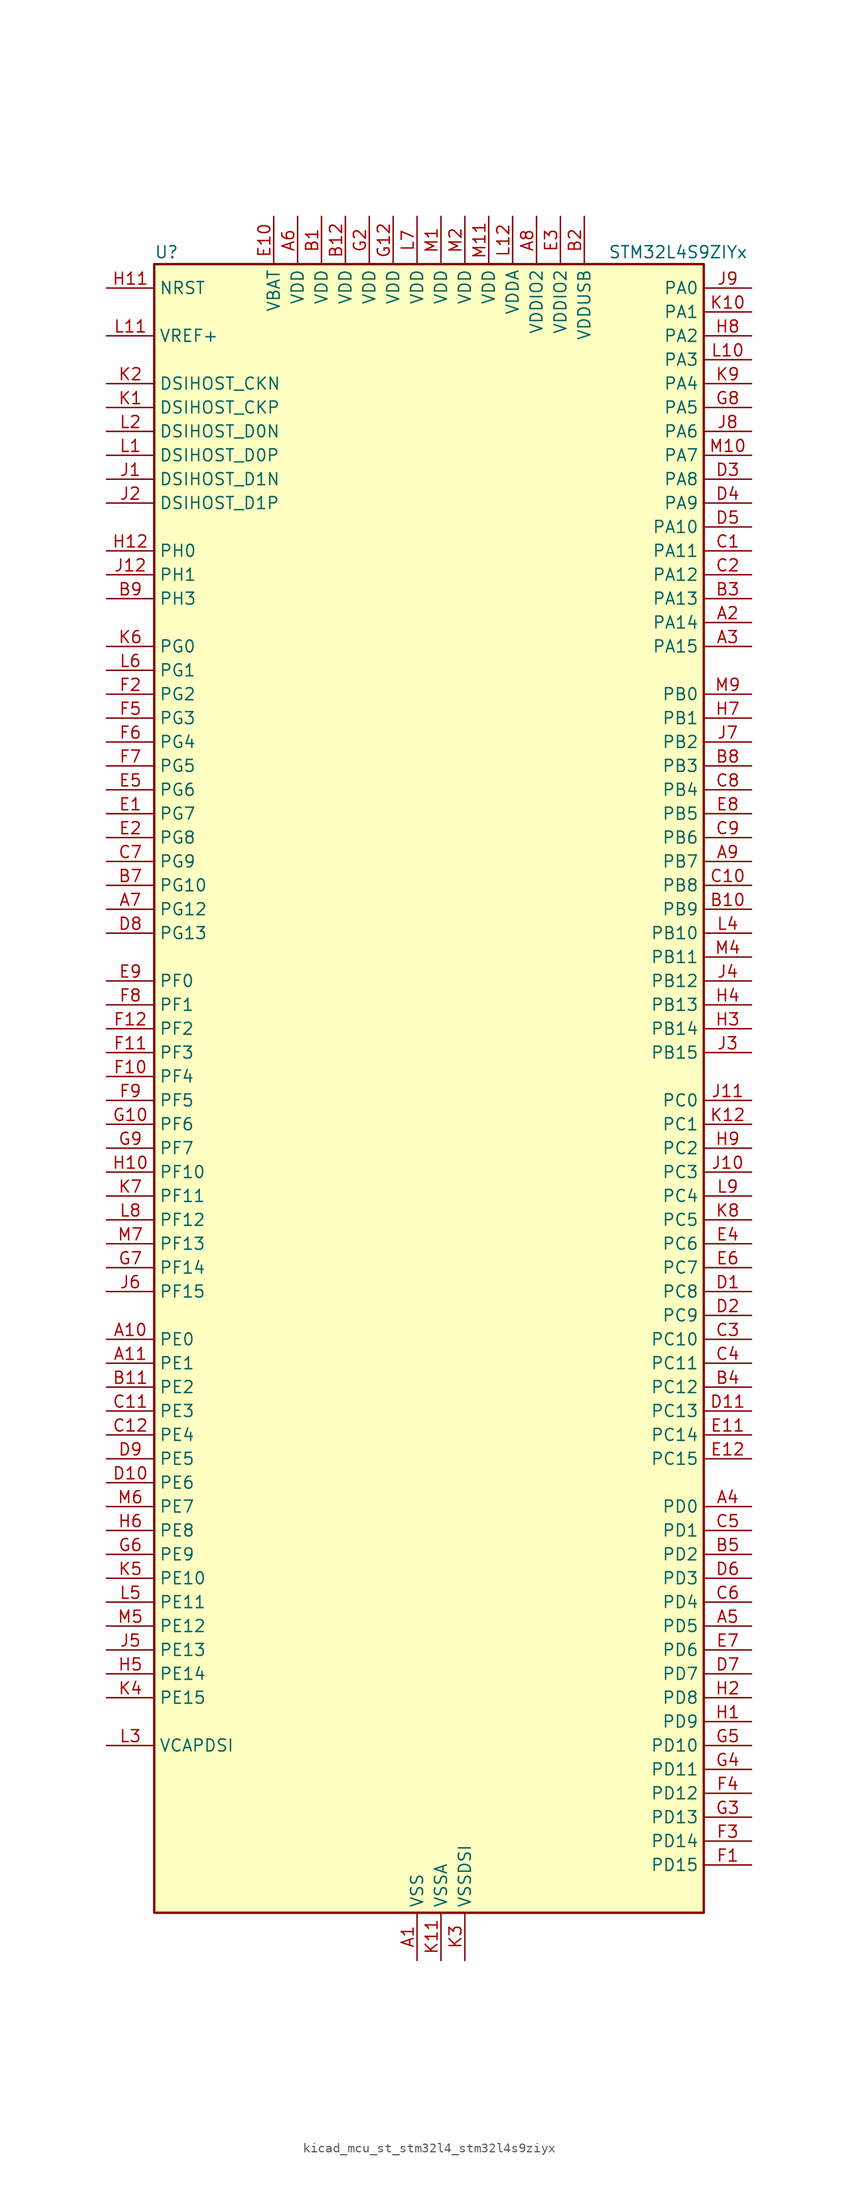
<source format=kicad_sym>
(kicad_symbol_lib
  (version 20220914)
  (generator kicad_symbol_editor)
  (symbol "kicad_mcu_st_stm32l4_stm32l4s9ziyx"
    (property "Reference" "U"
      (at -27.94 90.17 0)
      (effects (font (size 1.27 1.27)) (justify left)))
    (property "Value" "STM32L4S9ZIYx"
      (at 20.32 90.17 0)
      (effects (font (size 1.27 1.27)) (justify left)))
    (property "ki_locked" ""
      (at 0 0 0)
      (effects (font (size 1.27 1.27))))
    (symbol "kicad_mcu_st_stm32l4_stm32l4s9ziyx_0_1"
      (rectangle (start -27.94 -86.36) (end 30.48 88.9) (stroke (width 0.254) (type default)) (fill (type background))))
    (symbol "kicad_mcu_st_stm32l4_stm32l4s9ziyx_1_1"
      (pin power_in line (at 0 -91.44 90) (length 5.08) (name "VSS" (effects (font (size 1.27 1.27)))) (number "A1" (effects (font (size 1.27 1.27)))))
      (pin bidirectional line (at -33.02 -25.4 0) (length 5.08) (name "PE0" (effects (font (size 1.27 1.27)))) (number "A10" (effects (font (size 1.27 1.27)))) (alternate "DCMI_D2" bidirectional line) (alternate "FMC_NBL0" bidirectional line) (alternate "LTDC_HSYNC" bidirectional line) (alternate "TIM16_CH1" bidirectional line) (alternate "TIM4_ETR" bidirectional line))
      (pin bidirectional line (at -33.02 -27.94 0) (length 5.08) (name "PE1" (effects (font (size 1.27 1.27)))) (number "A11" (effects (font (size 1.27 1.27)))) (alternate "DCMI_D3" bidirectional line) (alternate "FMC_NBL1" bidirectional line) (alternate "LTDC_VSYNC" bidirectional line) (alternate "TIM17_CH1" bidirectional line))
      (pin passive line (at 0 -91.44 90) (length 5.08) hide (name "VSS" (effects (font (size 1.27 1.27)))) (number "A12" (effects (font (size 1.27 1.27)))))
      (pin bidirectional line (at 35.56 50.8 180) (length 5.08) (name "PA14" (effects (font (size 1.27 1.27)))) (number "A2" (effects (font (size 1.27 1.27)))) (alternate "I2C1_SMBA" bidirectional line) (alternate "I2C4_SMBA" bidirectional line) (alternate "LPTIM1_OUT" bidirectional line) (alternate "SAI1_FS_B" bidirectional line) (alternate "SYS_JTCK-SWCLK" bidirectional line) (alternate "USB_OTG_FS_SOF" bidirectional line))
      (pin bidirectional line (at 35.56 48.26 180) (length 5.08) (name "PA15" (effects (font (size 1.27 1.27)))) (number "A3" (effects (font (size 1.27 1.27)))) (alternate "ADC1_EXTI15" bidirectional line) (alternate "SAI2_FS_B" bidirectional line) (alternate "SPI1_NSS" bidirectional line) (alternate "SPI3_NSS" bidirectional line) (alternate "SYS_JTDI" bidirectional line) (alternate "TIM2_CH1" bidirectional line) (alternate "TIM2_ETR" bidirectional line) (alternate "TSC_G3_IO1" bidirectional line) (alternate "UART4_DE" bidirectional line) (alternate "UART4_RTS" bidirectional line) (alternate "USART2_RX" bidirectional line) (alternate "USART3_DE" bidirectional line) (alternate "USART3_RTS" bidirectional line))
      (pin bidirectional line (at 35.56 -43.18 180) (length 5.08) (name "PD0" (effects (font (size 1.27 1.27)))) (number "A4" (effects (font (size 1.27 1.27)))) (alternate "CAN1_RX" bidirectional line) (alternate "DFSDM1_DATIN7" bidirectional line) (alternate "FMC_D2" bidirectional line) (alternate "FMC_DA2" bidirectional line) (alternate "LTDC_B4" bidirectional line) (alternate "SPI2_NSS" bidirectional line))
      (pin bidirectional line (at 35.56 -55.88 180) (length 5.08) (name "PD5" (effects (font (size 1.27 1.27)))) (number "A5" (effects (font (size 1.27 1.27)))) (alternate "FMC_NWE" bidirectional line) (alternate "OCTOSPIM_P1_IO5" bidirectional line) (alternate "USART2_TX" bidirectional line))
      (pin power_in line (at -12.7 93.98 270) (length 5.08) (name "VDD" (effects (font (size 1.27 1.27)))) (number "A6" (effects (font (size 1.27 1.27)))))
      (pin bidirectional line (at -33.02 20.32 0) (length 5.08) (name "PG12" (effects (font (size 1.27 1.27)))) (number "A7" (effects (font (size 1.27 1.27)))) (alternate "FMC_NE4" bidirectional line) (alternate "LPTIM1_ETR" bidirectional line) (alternate "OCTOSPIM_P2_NCS" bidirectional line) (alternate "SAI2_SD_A" bidirectional line) (alternate "SPI3_NSS" bidirectional line) (alternate "USART1_DE" bidirectional line) (alternate "USART1_RTS" bidirectional line))
      (pin power_in line (at 12.7 93.98 270) (length 5.08) (name "VDDIO2" (effects (font (size 1.27 1.27)))) (number "A8" (effects (font (size 1.27 1.27)))))
      (pin bidirectional line (at 35.56 25.4 180) (length 5.08) (name "PB7" (effects (font (size 1.27 1.27)))) (number "A9" (effects (font (size 1.27 1.27)))) (alternate "COMP2_INM" bidirectional line) (alternate "DCMI_VSYNC" bidirectional line) (alternate "DFSDM1_CKIN5" bidirectional line) (alternate "DSIHOST_TE" bidirectional line) (alternate "FMC_NL" bidirectional line) (alternate "I2C1_SDA" bidirectional line) (alternate "I2C4_SDA" bidirectional line) (alternate "LPTIM1_IN2" bidirectional line) (alternate "SYS_PVD_IN" bidirectional line) (alternate "TIM17_CH1N" bidirectional line) (alternate "TIM4_CH2" bidirectional line) (alternate "TIM8_BKIN" bidirectional line) (alternate "TSC_G2_IO4" bidirectional line) (alternate "UART4_CTS" bidirectional line) (alternate "USART1_RX" bidirectional line))
      (pin power_in line (at -10.16 93.98 270) (length 5.08) (name "VDD" (effects (font (size 1.27 1.27)))) (number "B1" (effects (font (size 1.27 1.27)))))
      (pin bidirectional line (at 35.56 20.32 180) (length 5.08) (name "PB9" (effects (font (size 1.27 1.27)))) (number "B10" (effects (font (size 1.27 1.27)))) (alternate "CAN1_TX" bidirectional line) (alternate "DAC1_EXTI9" bidirectional line) (alternate "DCMI_D7" bidirectional line) (alternate "DFSDM1_CKIN6" bidirectional line) (alternate "I2C1_SDA" bidirectional line) (alternate "IR_OUT" bidirectional line) (alternate "SAI1_D2" bidirectional line) (alternate "SAI1_FS_A" bidirectional line) (alternate "SDMMC1_CDIR" bidirectional line) (alternate "SDMMC1_D5" bidirectional line) (alternate "SPI2_NSS" bidirectional line) (alternate "TIM17_CH1" bidirectional line) (alternate "TIM4_CH4" bidirectional line))
      (pin bidirectional line (at -33.02 -30.48 0) (length 5.08) (name "PE2" (effects (font (size 1.27 1.27)))) (number "B11" (effects (font (size 1.27 1.27)))) (alternate "FMC_A23" bidirectional line) (alternate "LTDC_R0" bidirectional line) (alternate "SAI1_CK1" bidirectional line) (alternate "SAI1_MCLK_A" bidirectional line) (alternate "SYS_TRACECLK" bidirectional line) (alternate "TIM3_ETR" bidirectional line) (alternate "TSC_G7_IO1" bidirectional line))
      (pin power_in line (at -7.62 93.98 270) (length 5.08) (name "VDD" (effects (font (size 1.27 1.27)))) (number "B12" (effects (font (size 1.27 1.27)))))
      (pin power_in line (at 17.78 93.98 270) (length 5.08) (name "VDDUSB" (effects (font (size 1.27 1.27)))) (number "B2" (effects (font (size 1.27 1.27)))))
      (pin bidirectional line (at 35.56 53.34 180) (length 5.08) (name "PA13" (effects (font (size 1.27 1.27)))) (number "B3" (effects (font (size 1.27 1.27)))) (alternate "IR_OUT" bidirectional line) (alternate "SAI1_SD_B" bidirectional line) (alternate "SYS_JTMS-SWDIO" bidirectional line) (alternate "USB_OTG_FS_NOE" bidirectional line))
      (pin bidirectional line (at 35.56 -30.48 180) (length 5.08) (name "PC12" (effects (font (size 1.27 1.27)))) (number "B4" (effects (font (size 1.27 1.27)))) (alternate "DCMI_D9" bidirectional line) (alternate "SAI2_SD_B" bidirectional line) (alternate "SDMMC1_CK" bidirectional line) (alternate "SPI3_MOSI" bidirectional line) (alternate "SYS_TRACED3" bidirectional line) (alternate "TSC_G3_IO4" bidirectional line) (alternate "UART5_TX" bidirectional line) (alternate "USART3_CK" bidirectional line))
      (pin bidirectional line (at 35.56 -48.26 180) (length 5.08) (name "PD2" (effects (font (size 1.27 1.27)))) (number "B5" (effects (font (size 1.27 1.27)))) (alternate "DCMI_D11" bidirectional line) (alternate "SDMMC1_CMD" bidirectional line) (alternate "SYS_TRACED2" bidirectional line) (alternate "TIM3_ETR" bidirectional line) (alternate "TSC_SYNC" bidirectional line) (alternate "UART5_RX" bidirectional line) (alternate "USART3_DE" bidirectional line) (alternate "USART3_RTS" bidirectional line))
      (pin passive line (at 0 -91.44 90) (length 5.08) hide (name "VSS" (effects (font (size 1.27 1.27)))) (number "B6" (effects (font (size 1.27 1.27)))))
      (pin bidirectional line (at -33.02 22.86 0) (length 5.08) (name "PG10" (effects (font (size 1.27 1.27)))) (number "B7" (effects (font (size 1.27 1.27)))) (alternate "FMC_NE3" bidirectional line) (alternate "LPTIM1_IN1" bidirectional line) (alternate "OCTOSPIM_P2_IO7" bidirectional line) (alternate "SAI2_FS_A" bidirectional line) (alternate "SPI3_MISO" bidirectional line) (alternate "TIM15_CH1" bidirectional line) (alternate "USART1_RX" bidirectional line))
      (pin bidirectional line (at 35.56 35.56 180) (length 5.08) (name "PB3" (effects (font (size 1.27 1.27)))) (number "B8" (effects (font (size 1.27 1.27)))) (alternate "COMP2_INM" bidirectional line) (alternate "CRS_SYNC" bidirectional line) (alternate "SAI1_SCK_B" bidirectional line) (alternate "SPI1_SCK" bidirectional line) (alternate "SPI3_SCK" bidirectional line) (alternate "SYS_JTDO-SWO" bidirectional line) (alternate "TIM2_CH2" bidirectional line) (alternate "USART1_DE" bidirectional line) (alternate "USART1_RTS" bidirectional line))
      (pin bidirectional line (at -33.02 53.34 0) (length 5.08) (name "PH3" (effects (font (size 1.27 1.27)))) (number "B9" (effects (font (size 1.27 1.27)))))
      (pin bidirectional line (at 35.56 58.42 180) (length 5.08) (name "PA11" (effects (font (size 1.27 1.27)))) (number "C1" (effects (font (size 1.27 1.27)))) (alternate "ADC1_EXTI11" bidirectional line) (alternate "CAN1_RX" bidirectional line) (alternate "SPI1_MISO" bidirectional line) (alternate "TIM1_BKIN2" bidirectional line) (alternate "TIM1_CH4" bidirectional line) (alternate "USART1_CTS" bidirectional line) (alternate "USART1_NSS" bidirectional line) (alternate "USB_OTG_FS_DM" bidirectional line))
      (pin bidirectional line (at 35.56 22.86 180) (length 5.08) (name "PB8" (effects (font (size 1.27 1.27)))) (number "C10" (effects (font (size 1.27 1.27)))) (alternate "CAN1_RX" bidirectional line) (alternate "DCMI_D6" bidirectional line) (alternate "DFSDM1_CKOUT" bidirectional line) (alternate "DFSDM1_DATIN6" bidirectional line) (alternate "I2C1_SCL" bidirectional line) (alternate "LTDC_B1" bidirectional line) (alternate "SAI1_CK1" bidirectional line) (alternate "SAI1_MCLK_A" bidirectional line) (alternate "SDMMC1_CKIN" bidirectional line) (alternate "SDMMC1_D4" bidirectional line) (alternate "TIM16_CH1" bidirectional line) (alternate "TIM4_CH3" bidirectional line))
      (pin bidirectional line (at -33.02 -33.02 0) (length 5.08) (name "PE3" (effects (font (size 1.27 1.27)))) (number "C11" (effects (font (size 1.27 1.27)))) (alternate "FMC_A19" bidirectional line) (alternate "LTDC_R1" bidirectional line) (alternate "OCTOSPIM_P1_DQS" bidirectional line) (alternate "SAI1_SD_B" bidirectional line) (alternate "SYS_TRACED0" bidirectional line) (alternate "TIM3_CH1" bidirectional line) (alternate "TSC_G7_IO2" bidirectional line))
      (pin bidirectional line (at -33.02 -35.56 0) (length 5.08) (name "PE4" (effects (font (size 1.27 1.27)))) (number "C12" (effects (font (size 1.27 1.27)))) (alternate "DCMI_D4" bidirectional line) (alternate "DFSDM1_DATIN3" bidirectional line) (alternate "FMC_A20" bidirectional line) (alternate "LTDC_B0" bidirectional line) (alternate "SAI1_D2" bidirectional line) (alternate "SAI1_FS_A" bidirectional line) (alternate "SYS_TRACED1" bidirectional line) (alternate "TIM3_CH2" bidirectional line) (alternate "TSC_G7_IO3" bidirectional line))
      (pin bidirectional line (at 35.56 55.88 180) (length 5.08) (name "PA12" (effects (font (size 1.27 1.27)))) (number "C2" (effects (font (size 1.27 1.27)))) (alternate "CAN1_TX" bidirectional line) (alternate "SPI1_MOSI" bidirectional line) (alternate "TIM1_ETR" bidirectional line) (alternate "USART1_DE" bidirectional line) (alternate "USART1_RTS" bidirectional line) (alternate "USB_OTG_FS_DP" bidirectional line))
      (pin bidirectional line (at 35.56 -25.4 180) (length 5.08) (name "PC10" (effects (font (size 1.27 1.27)))) (number "C3" (effects (font (size 1.27 1.27)))) (alternate "DCMI_D8" bidirectional line) (alternate "SAI2_SCK_B" bidirectional line) (alternate "SDMMC1_D2" bidirectional line) (alternate "SPI3_SCK" bidirectional line) (alternate "SYS_TRACED1" bidirectional line) (alternate "TSC_G3_IO2" bidirectional line) (alternate "UART4_TX" bidirectional line) (alternate "USART3_TX" bidirectional line))
      (pin bidirectional line (at 35.56 -27.94 180) (length 5.08) (name "PC11" (effects (font (size 1.27 1.27)))) (number "C4" (effects (font (size 1.27 1.27)))) (alternate "ADC1_EXTI11" bidirectional line) (alternate "DCMI_D2" bidirectional line) (alternate "DCMI_D4" bidirectional line) (alternate "OCTOSPIM_P1_NCS" bidirectional line) (alternate "SAI2_MCLK_B" bidirectional line) (alternate "SDMMC1_D3" bidirectional line) (alternate "SPI3_MISO" bidirectional line) (alternate "TSC_G3_IO3" bidirectional line) (alternate "UART4_RX" bidirectional line) (alternate "USART3_RX" bidirectional line))
      (pin bidirectional line (at 35.56 -45.72 180) (length 5.08) (name "PD1" (effects (font (size 1.27 1.27)))) (number "C5" (effects (font (size 1.27 1.27)))) (alternate "CAN1_TX" bidirectional line) (alternate "DFSDM1_CKIN7" bidirectional line) (alternate "FMC_D3" bidirectional line) (alternate "FMC_DA3" bidirectional line) (alternate "LTDC_B5" bidirectional line) (alternate "SPI2_SCK" bidirectional line))
      (pin bidirectional line (at 35.56 -53.34 180) (length 5.08) (name "PD4" (effects (font (size 1.27 1.27)))) (number "C6" (effects (font (size 1.27 1.27)))) (alternate "DFSDM1_CKIN0" bidirectional line) (alternate "FMC_NOE" bidirectional line) (alternate "OCTOSPIM_P1_IO4" bidirectional line) (alternate "SPI2_MOSI" bidirectional line) (alternate "USART2_DE" bidirectional line) (alternate "USART2_RTS" bidirectional line))
      (pin bidirectional line (at -33.02 25.4 0) (length 5.08) (name "PG9" (effects (font (size 1.27 1.27)))) (number "C7" (effects (font (size 1.27 1.27)))) (alternate "DAC1_EXTI9" bidirectional line) (alternate "FMC_NCE" bidirectional line) (alternate "FMC_NE2" bidirectional line) (alternate "OCTOSPIM_P2_IO6" bidirectional line) (alternate "SAI2_SCK_A" bidirectional line) (alternate "SPI3_SCK" bidirectional line) (alternate "TIM15_CH1N" bidirectional line) (alternate "USART1_TX" bidirectional line))
      (pin bidirectional line (at 35.56 33.02 180) (length 5.08) (name "PB4" (effects (font (size 1.27 1.27)))) (number "C8" (effects (font (size 1.27 1.27)))) (alternate "COMP2_INP" bidirectional line) (alternate "DCMI_D12" bidirectional line) (alternate "I2C3_SDA" bidirectional line) (alternate "SAI1_MCLK_B" bidirectional line) (alternate "SPI1_MISO" bidirectional line) (alternate "SPI3_MISO" bidirectional line) (alternate "SYS_JTRST" bidirectional line) (alternate "TIM17_BKIN" bidirectional line) (alternate "TIM3_CH1" bidirectional line) (alternate "TSC_G2_IO1" bidirectional line) (alternate "UART5_DE" bidirectional line) (alternate "UART5_RTS" bidirectional line) (alternate "USART1_CTS" bidirectional line) (alternate "USART1_NSS" bidirectional line))
      (pin bidirectional line (at 35.56 27.94 180) (length 5.08) (name "PB6" (effects (font (size 1.27 1.27)))) (number "C9" (effects (font (size 1.27 1.27)))) (alternate "COMP2_INP" bidirectional line) (alternate "DCMI_D5" bidirectional line) (alternate "DFSDM1_DATIN5" bidirectional line) (alternate "I2C1_SCL" bidirectional line) (alternate "I2C4_SCL" bidirectional line) (alternate "LPTIM1_ETR" bidirectional line) (alternate "SAI1_FS_B" bidirectional line) (alternate "TIM16_CH1N" bidirectional line) (alternate "TIM4_CH1" bidirectional line) (alternate "TIM8_BKIN2" bidirectional line) (alternate "TSC_G2_IO3" bidirectional line) (alternate "USART1_TX" bidirectional line))
      (pin bidirectional line (at 35.56 -20.32 180) (length 5.08) (name "PC8" (effects (font (size 1.27 1.27)))) (number "D1" (effects (font (size 1.27 1.27)))) (alternate "DCMI_D2" bidirectional line) (alternate "SDMMC1_D0" bidirectional line) (alternate "TIM3_CH3" bidirectional line) (alternate "TIM8_CH3" bidirectional line) (alternate "TSC_G4_IO3" bidirectional line))
      (pin bidirectional line (at -33.02 -40.64 0) (length 5.08) (name "PE6" (effects (font (size 1.27 1.27)))) (number "D10" (effects (font (size 1.27 1.27)))) (alternate "DCMI_D7" bidirectional line) (alternate "FMC_A22" bidirectional line) (alternate "LTDC_G1" bidirectional line) (alternate "RTC_TAMP3" bidirectional line) (alternate "SAI1_D1" bidirectional line) (alternate "SAI1_SD_A" bidirectional line) (alternate "SYS_TRACED3" bidirectional line) (alternate "SYS_WKUP3" bidirectional line) (alternate "TIM3_CH4" bidirectional line))
      (pin bidirectional line (at 35.56 -33.02 180) (length 5.08) (name "PC13" (effects (font (size 1.27 1.27)))) (number "D11" (effects (font (size 1.27 1.27)))) (alternate "RTC_OUT_ALARM" bidirectional line) (alternate "RTC_OUT_CALIB" bidirectional line) (alternate "RTC_TAMP1" bidirectional line) (alternate "RTC_TS" bidirectional line) (alternate "SYS_WKUP2" bidirectional line))
      (pin passive line (at 0 -91.44 90) (length 5.08) hide (name "VSS" (effects (font (size 1.27 1.27)))) (number "D12" (effects (font (size 1.27 1.27)))))
      (pin bidirectional line (at 35.56 -22.86 180) (length 5.08) (name "PC9" (effects (font (size 1.27 1.27)))) (number "D2" (effects (font (size 1.27 1.27)))) (alternate "DAC1_EXTI9" bidirectional line) (alternate "DCMI_D3" bidirectional line) (alternate "I2C3_SDA" bidirectional line) (alternate "SAI2_EXTCLK" bidirectional line) (alternate "SDMMC1_D1" bidirectional line) (alternate "SYS_TRACED0" bidirectional line) (alternate "TIM3_CH4" bidirectional line) (alternate "TIM8_BKIN2" bidirectional line) (alternate "TIM8_CH4" bidirectional line) (alternate "TSC_G4_IO4" bidirectional line) (alternate "USB_OTG_FS_NOE" bidirectional line))
      (pin bidirectional line (at 35.56 66.04 180) (length 5.08) (name "PA8" (effects (font (size 1.27 1.27)))) (number "D3" (effects (font (size 1.27 1.27)))) (alternate "LPTIM2_OUT" bidirectional line) (alternate "RCC_MCO" bidirectional line) (alternate "SAI1_CK2" bidirectional line) (alternate "SAI1_SCK_A" bidirectional line) (alternate "TIM1_CH1" bidirectional line) (alternate "USART1_CK" bidirectional line) (alternate "USB_OTG_FS_SOF" bidirectional line))
      (pin bidirectional line (at 35.56 63.5 180) (length 5.08) (name "PA9" (effects (font (size 1.27 1.27)))) (number "D4" (effects (font (size 1.27 1.27)))) (alternate "DAC1_EXTI9" bidirectional line) (alternate "DCMI_D0" bidirectional line) (alternate "SAI1_FS_A" bidirectional line) (alternate "SPI2_SCK" bidirectional line) (alternate "TIM15_BKIN" bidirectional line) (alternate "TIM1_CH2" bidirectional line) (alternate "USART1_TX" bidirectional line) (alternate "USB_OTG_FS_VBUS" bidirectional line))
      (pin bidirectional line (at 35.56 60.96 180) (length 5.08) (name "PA10" (effects (font (size 1.27 1.27)))) (number "D5" (effects (font (size 1.27 1.27)))) (alternate "DCMI_D1" bidirectional line) (alternate "SAI1_D1" bidirectional line) (alternate "SAI1_SD_A" bidirectional line) (alternate "TIM17_BKIN" bidirectional line) (alternate "TIM1_CH3" bidirectional line) (alternate "USART1_RX" bidirectional line) (alternate "USB_OTG_FS_ID" bidirectional line))
      (pin bidirectional line (at 35.56 -50.8 180) (length 5.08) (name "PD3" (effects (font (size 1.27 1.27)))) (number "D6" (effects (font (size 1.27 1.27)))) (alternate "DCMI_D5" bidirectional line) (alternate "DFSDM1_DATIN0" bidirectional line) (alternate "FMC_CLK" bidirectional line) (alternate "LTDC_CLK" bidirectional line) (alternate "OCTOSPIM_P2_NCS" bidirectional line) (alternate "SPI2_MISO" bidirectional line) (alternate "SPI2_SCK" bidirectional line) (alternate "USART2_CTS" bidirectional line) (alternate "USART2_NSS" bidirectional line))
      (pin bidirectional line (at 35.56 -60.96 180) (length 5.08) (name "PD7" (effects (font (size 1.27 1.27)))) (number "D7" (effects (font (size 1.27 1.27)))) (alternate "DFSDM1_CKIN1" bidirectional line) (alternate "FMC_NCE" bidirectional line) (alternate "FMC_NE1" bidirectional line) (alternate "OCTOSPIM_P1_IO7" bidirectional line) (alternate "USART2_CK" bidirectional line))
      (pin bidirectional line (at -33.02 17.78 0) (length 5.08) (name "PG13" (effects (font (size 1.27 1.27)))) (number "D8" (effects (font (size 1.27 1.27)))) (alternate "FMC_A24" bidirectional line) (alternate "I2C1_SDA" bidirectional line) (alternate "LTDC_R0" bidirectional line) (alternate "USART1_CK" bidirectional line))
      (pin bidirectional line (at -33.02 -38.1 0) (length 5.08) (name "PE5" (effects (font (size 1.27 1.27)))) (number "D9" (effects (font (size 1.27 1.27)))) (alternate "DCMI_D6" bidirectional line) (alternate "DFSDM1_CKIN3" bidirectional line) (alternate "FMC_A21" bidirectional line) (alternate "LTDC_G0" bidirectional line) (alternate "SAI1_CK2" bidirectional line) (alternate "SAI1_SCK_A" bidirectional line) (alternate "SYS_TRACED2" bidirectional line) (alternate "TIM3_CH3" bidirectional line) (alternate "TSC_G7_IO4" bidirectional line))
      (pin bidirectional line (at -33.02 30.48 0) (length 5.08) (name "PG7" (effects (font (size 1.27 1.27)))) (number "E1" (effects (font (size 1.27 1.27)))) (alternate "DFSDM1_CKOUT" bidirectional line) (alternate "FMC_INT" bidirectional line) (alternate "I2C3_SCL" bidirectional line) (alternate "LPUART1_TX" bidirectional line) (alternate "OCTOSPIM_P2_DQS" bidirectional line) (alternate "SAI1_CK1" bidirectional line) (alternate "SAI1_MCLK_A" bidirectional line))
      (pin power_in line (at -15.24 93.98 270) (length 5.08) (name "VBAT" (effects (font (size 1.27 1.27)))) (number "E10" (effects (font (size 1.27 1.27)))))
      (pin bidirectional line (at 35.56 -35.56 180) (length 5.08) (name "PC14" (effects (font (size 1.27 1.27)))) (number "E11" (effects (font (size 1.27 1.27)))) (alternate "RCC_OSC32_IN" bidirectional line))
      (pin bidirectional line (at 35.56 -38.1 180) (length 5.08) (name "PC15" (effects (font (size 1.27 1.27)))) (number "E12" (effects (font (size 1.27 1.27)))) (alternate "ADC1_EXTI15" bidirectional line) (alternate "RCC_OSC32_OUT" bidirectional line))
      (pin bidirectional line (at -33.02 27.94 0) (length 5.08) (name "PG8" (effects (font (size 1.27 1.27)))) (number "E2" (effects (font (size 1.27 1.27)))) (alternate "I2C3_SDA" bidirectional line) (alternate "LPUART1_RX" bidirectional line))
      (pin power_in line (at 15.24 93.98 270) (length 5.08) (name "VDDIO2" (effects (font (size 1.27 1.27)))) (number "E3" (effects (font (size 1.27 1.27)))))
      (pin bidirectional line (at 35.56 -15.24 180) (length 5.08) (name "PC6" (effects (font (size 1.27 1.27)))) (number "E4" (effects (font (size 1.27 1.27)))) (alternate "DCMI_D0" bidirectional line) (alternate "DFSDM1_CKIN3" bidirectional line) (alternate "LTDC_R0" bidirectional line) (alternate "SAI2_MCLK_A" bidirectional line) (alternate "SDMMC1_D0DIR" bidirectional line) (alternate "SDMMC1_D6" bidirectional line) (alternate "TIM3_CH1" bidirectional line) (alternate "TIM8_CH1" bidirectional line) (alternate "TSC_G4_IO1" bidirectional line))
      (pin bidirectional line (at -33.02 33.02 0) (length 5.08) (name "PG6" (effects (font (size 1.27 1.27)))) (number "E5" (effects (font (size 1.27 1.27)))) (alternate "DSIHOST_TE" bidirectional line) (alternate "I2C3_SMBA" bidirectional line) (alternate "LPUART1_DE" bidirectional line) (alternate "LPUART1_RTS" bidirectional line) (alternate "LTDC_R1" bidirectional line) (alternate "OCTOSPIM_P1_DQS" bidirectional line))
      (pin bidirectional line (at 35.56 -17.78 180) (length 5.08) (name "PC7" (effects (font (size 1.27 1.27)))) (number "E6" (effects (font (size 1.27 1.27)))) (alternate "DCMI_D1" bidirectional line) (alternate "DFSDM1_DATIN3" bidirectional line) (alternate "LTDC_R1" bidirectional line) (alternate "SAI2_MCLK_B" bidirectional line) (alternate "SDMMC1_D123DIR" bidirectional line) (alternate "SDMMC1_D7" bidirectional line) (alternate "TIM3_CH2" bidirectional line) (alternate "TIM8_CH2" bidirectional line) (alternate "TSC_G4_IO2" bidirectional line))
      (pin bidirectional line (at 35.56 -58.42 180) (length 5.08) (name "PD6" (effects (font (size 1.27 1.27)))) (number "E7" (effects (font (size 1.27 1.27)))) (alternate "DCMI_D10" bidirectional line) (alternate "DFSDM1_DATIN1" bidirectional line) (alternate "FMC_NWAIT" bidirectional line) (alternate "LTDC_DE" bidirectional line) (alternate "OCTOSPIM_P1_IO6" bidirectional line) (alternate "SAI1_D1" bidirectional line) (alternate "SAI1_SD_A" bidirectional line) (alternate "SPI3_MOSI" bidirectional line) (alternate "USART2_RX" bidirectional line))
      (pin bidirectional line (at 35.56 30.48 180) (length 5.08) (name "PB5" (effects (font (size 1.27 1.27)))) (number "E8" (effects (font (size 1.27 1.27)))) (alternate "COMP2_OUT" bidirectional line) (alternate "DCMI_D10" bidirectional line) (alternate "I2C1_SMBA" bidirectional line) (alternate "LPTIM1_IN1" bidirectional line) (alternate "SAI1_SD_B" bidirectional line) (alternate "SPI1_MOSI" bidirectional line) (alternate "SPI3_MOSI" bidirectional line) (alternate "TIM16_BKIN" bidirectional line) (alternate "TIM3_CH2" bidirectional line) (alternate "TSC_G2_IO2" bidirectional line) (alternate "UART5_CTS" bidirectional line) (alternate "USART1_CK" bidirectional line))
      (pin bidirectional line (at -33.02 12.7 0) (length 5.08) (name "PF0" (effects (font (size 1.27 1.27)))) (number "E9" (effects (font (size 1.27 1.27)))) (alternate "FMC_A0" bidirectional line) (alternate "I2C2_SDA" bidirectional line) (alternate "OCTOSPIM_P2_IO0" bidirectional line))
      (pin bidirectional line (at 35.56 -81.28 180) (length 5.08) (name "PD15" (effects (font (size 1.27 1.27)))) (number "F1" (effects (font (size 1.27 1.27)))) (alternate "ADC1_EXTI15" bidirectional line) (alternate "FMC_D1" bidirectional line) (alternate "FMC_DA1" bidirectional line) (alternate "LTDC_B3" bidirectional line) (alternate "TIM4_CH4" bidirectional line))
      (pin bidirectional line (at -33.02 2.54 0) (length 5.08) (name "PF4" (effects (font (size 1.27 1.27)))) (number "F10" (effects (font (size 1.27 1.27)))) (alternate "FMC_A4" bidirectional line) (alternate "OCTOSPIM_P2_CLK" bidirectional line))
      (pin bidirectional line (at -33.02 5.08 0) (length 5.08) (name "PF3" (effects (font (size 1.27 1.27)))) (number "F11" (effects (font (size 1.27 1.27)))) (alternate "FMC_A3" bidirectional line) (alternate "OCTOSPIM_P2_IO3" bidirectional line))
      (pin bidirectional line (at -33.02 7.62 0) (length 5.08) (name "PF2" (effects (font (size 1.27 1.27)))) (number "F12" (effects (font (size 1.27 1.27)))) (alternate "FMC_A2" bidirectional line) (alternate "I2C2_SMBA" bidirectional line) (alternate "OCTOSPIM_P2_IO2" bidirectional line))
      (pin bidirectional line (at -33.02 43.18 0) (length 5.08) (name "PG2" (effects (font (size 1.27 1.27)))) (number "F2" (effects (font (size 1.27 1.27)))) (alternate "FMC_A12" bidirectional line) (alternate "SAI2_SCK_B" bidirectional line) (alternate "SPI1_SCK" bidirectional line))
      (pin bidirectional line (at 35.56 -78.74 180) (length 5.08) (name "PD14" (effects (font (size 1.27 1.27)))) (number "F3" (effects (font (size 1.27 1.27)))) (alternate "FMC_D0" bidirectional line) (alternate "FMC_DA0" bidirectional line) (alternate "LTDC_B2" bidirectional line) (alternate "TIM4_CH3" bidirectional line))
      (pin bidirectional line (at 35.56 -73.66 180) (length 5.08) (name "PD12" (effects (font (size 1.27 1.27)))) (number "F4" (effects (font (size 1.27 1.27)))) (alternate "FMC_A17" bidirectional line) (alternate "FMC_ALE" bidirectional line) (alternate "I2C4_SCL" bidirectional line) (alternate "LPTIM2_IN1" bidirectional line) (alternate "LTDC_R7" bidirectional line) (alternate "SAI2_FS_A" bidirectional line) (alternate "TIM4_CH1" bidirectional line) (alternate "TSC_G6_IO3" bidirectional line) (alternate "USART3_DE" bidirectional line) (alternate "USART3_RTS" bidirectional line))
      (pin bidirectional line (at -33.02 40.64 0) (length 5.08) (name "PG3" (effects (font (size 1.27 1.27)))) (number "F5" (effects (font (size 1.27 1.27)))) (alternate "FMC_A13" bidirectional line) (alternate "SAI2_FS_B" bidirectional line) (alternate "SPI1_MISO" bidirectional line))
      (pin bidirectional line (at -33.02 38.1 0) (length 5.08) (name "PG4" (effects (font (size 1.27 1.27)))) (number "F6" (effects (font (size 1.27 1.27)))) (alternate "FMC_A14" bidirectional line) (alternate "SAI2_MCLK_B" bidirectional line) (alternate "SPI1_MOSI" bidirectional line))
      (pin bidirectional line (at -33.02 35.56 0) (length 5.08) (name "PG5" (effects (font (size 1.27 1.27)))) (number "F7" (effects (font (size 1.27 1.27)))) (alternate "FMC_A15" bidirectional line) (alternate "LPUART1_CTS" bidirectional line) (alternate "SAI2_SD_B" bidirectional line) (alternate "SPI1_NSS" bidirectional line))
      (pin bidirectional line (at -33.02 10.16 0) (length 5.08) (name "PF1" (effects (font (size 1.27 1.27)))) (number "F8" (effects (font (size 1.27 1.27)))) (alternate "FMC_A1" bidirectional line) (alternate "I2C2_SCL" bidirectional line) (alternate "OCTOSPIM_P2_IO1" bidirectional line))
      (pin bidirectional line (at -33.02 0 0) (length 5.08) (name "PF5" (effects (font (size 1.27 1.27)))) (number "F9" (effects (font (size 1.27 1.27)))) (alternate "FMC_A5" bidirectional line))
      (pin passive line (at 0 -91.44 90) (length 5.08) hide (name "VSS" (effects (font (size 1.27 1.27)))) (number "G1" (effects (font (size 1.27 1.27)))))
      (pin bidirectional line (at -33.02 -2.54 0) (length 5.08) (name "PF6" (effects (font (size 1.27 1.27)))) (number "G10" (effects (font (size 1.27 1.27)))) (alternate "OCTOSPIM_P1_IO3" bidirectional line) (alternate "SAI1_SD_B" bidirectional line) (alternate "TIM5_CH1" bidirectional line) (alternate "TIM5_ETR" bidirectional line))
      (pin passive line (at 0 -91.44 90) (length 5.08) hide (name "VSS" (effects (font (size 1.27 1.27)))) (number "G11" (effects (font (size 1.27 1.27)))))
      (pin power_in line (at -2.54 93.98 270) (length 5.08) (name "VDD" (effects (font (size 1.27 1.27)))) (number "G12" (effects (font (size 1.27 1.27)))))
      (pin power_in line (at -5.08 93.98 270) (length 5.08) (name "VDD" (effects (font (size 1.27 1.27)))) (number "G2" (effects (font (size 1.27 1.27)))))
      (pin bidirectional line (at 35.56 -76.2 180) (length 5.08) (name "PD13" (effects (font (size 1.27 1.27)))) (number "G3" (effects (font (size 1.27 1.27)))) (alternate "FMC_A18" bidirectional line) (alternate "I2C4_SDA" bidirectional line) (alternate "LPTIM2_OUT" bidirectional line) (alternate "TIM4_CH2" bidirectional line) (alternate "TSC_G6_IO4" bidirectional line))
      (pin bidirectional line (at 35.56 -71.12 180) (length 5.08) (name "PD11" (effects (font (size 1.27 1.27)))) (number "G4" (effects (font (size 1.27 1.27)))) (alternate "ADC1_EXTI11" bidirectional line) (alternate "FMC_A16" bidirectional line) (alternate "FMC_CLE" bidirectional line) (alternate "I2C4_SMBA" bidirectional line) (alternate "LPTIM2_ETR" bidirectional line) (alternate "LTDC_R6" bidirectional line) (alternate "SAI2_SD_A" bidirectional line) (alternate "TSC_G6_IO2" bidirectional line) (alternate "USART3_CTS" bidirectional line) (alternate "USART3_NSS" bidirectional line))
      (pin bidirectional line (at 35.56 -68.58 180) (length 5.08) (name "PD10" (effects (font (size 1.27 1.27)))) (number "G5" (effects (font (size 1.27 1.27)))) (alternate "FMC_D15" bidirectional line) (alternate "FMC_DA15" bidirectional line) (alternate "LTDC_R5" bidirectional line) (alternate "SAI2_SCK_A" bidirectional line) (alternate "TSC_G6_IO1" bidirectional line) (alternate "USART3_CK" bidirectional line))
      (pin bidirectional line (at -33.02 -48.26 0) (length 5.08) (name "PE9" (effects (font (size 1.27 1.27)))) (number "G6" (effects (font (size 1.27 1.27)))) (alternate "DAC1_EXTI9" bidirectional line) (alternate "DFSDM1_CKOUT" bidirectional line) (alternate "FMC_D6" bidirectional line) (alternate "FMC_DA6" bidirectional line) (alternate "LTDC_G2" bidirectional line) (alternate "SAI1_FS_B" bidirectional line) (alternate "TIM1_CH1" bidirectional line))
      (pin bidirectional line (at -33.02 -17.78 0) (length 5.08) (name "PF14" (effects (font (size 1.27 1.27)))) (number "G7" (effects (font (size 1.27 1.27)))) (alternate "DFSDM1_CKIN6" bidirectional line) (alternate "FMC_A8" bidirectional line) (alternate "I2C4_SCL" bidirectional line) (alternate "LTDC_G0" bidirectional line) (alternate "TSC_G8_IO1" bidirectional line))
      (pin bidirectional line (at 35.56 73.66 180) (length 5.08) (name "PA5" (effects (font (size 1.27 1.27)))) (number "G8" (effects (font (size 1.27 1.27)))) (alternate "ADC1_IN10" bidirectional line) (alternate "DAC1_OUT2" bidirectional line) (alternate "LPTIM2_ETR" bidirectional line) (alternate "SPI1_SCK" bidirectional line) (alternate "TIM2_CH1" bidirectional line) (alternate "TIM2_ETR" bidirectional line) (alternate "TIM8_CH1N" bidirectional line))
      (pin bidirectional line (at -33.02 -5.08 0) (length 5.08) (name "PF7" (effects (font (size 1.27 1.27)))) (number "G9" (effects (font (size 1.27 1.27)))) (alternate "OCTOSPIM_P1_IO2" bidirectional line) (alternate "SAI1_MCLK_B" bidirectional line) (alternate "TIM5_CH2" bidirectional line))
      (pin bidirectional line (at 35.56 -66.04 180) (length 5.08) (name "PD9" (effects (font (size 1.27 1.27)))) (number "H1" (effects (font (size 1.27 1.27)))) (alternate "DAC1_EXTI9" bidirectional line) (alternate "DCMI_PIXCLK" bidirectional line) (alternate "FMC_D14" bidirectional line) (alternate "FMC_DA14" bidirectional line) (alternate "LTDC_R4" bidirectional line) (alternate "SAI2_MCLK_A" bidirectional line) (alternate "USART3_RX" bidirectional line))
      (pin bidirectional line (at -33.02 -7.62 0) (length 5.08) (name "PF10" (effects (font (size 1.27 1.27)))) (number "H10" (effects (font (size 1.27 1.27)))) (alternate "DCMI_D11" bidirectional line) (alternate "DFSDM1_CKOUT" bidirectional line) (alternate "OCTOSPIM_P1_CLK" bidirectional line) (alternate "SAI1_D3" bidirectional line) (alternate "TIM15_CH2" bidirectional line))
      (pin input line (at -33.02 86.36 0) (length 5.08) (name "NRST" (effects (font (size 1.27 1.27)))) (number "H11" (effects (font (size 1.27 1.27)))))
      (pin bidirectional line (at -33.02 58.42 0) (length 5.08) (name "PH0" (effects (font (size 1.27 1.27)))) (number "H12" (effects (font (size 1.27 1.27)))) (alternate "RCC_OSC_IN" bidirectional line))
      (pin bidirectional line (at 35.56 -63.5 180) (length 5.08) (name "PD8" (effects (font (size 1.27 1.27)))) (number "H2" (effects (font (size 1.27 1.27)))) (alternate "DCMI_HSYNC" bidirectional line) (alternate "FMC_D13" bidirectional line) (alternate "FMC_DA13" bidirectional line) (alternate "LTDC_R3" bidirectional line) (alternate "USART3_TX" bidirectional line))
      (pin bidirectional line (at 35.56 7.62 180) (length 5.08) (name "PB14" (effects (font (size 1.27 1.27)))) (number "H3" (effects (font (size 1.27 1.27)))) (alternate "DFSDM1_DATIN2" bidirectional line) (alternate "I2C2_SDA" bidirectional line) (alternate "SAI2_MCLK_A" bidirectional line) (alternate "SPI2_MISO" bidirectional line) (alternate "TIM15_CH1" bidirectional line) (alternate "TIM1_CH2N" bidirectional line) (alternate "TIM8_CH2N" bidirectional line) (alternate "TSC_G1_IO3" bidirectional line) (alternate "USART3_DE" bidirectional line) (alternate "USART3_RTS" bidirectional line))
      (pin bidirectional line (at 35.56 10.16 180) (length 5.08) (name "PB13" (effects (font (size 1.27 1.27)))) (number "H4" (effects (font (size 1.27 1.27)))) (alternate "DFSDM1_CKIN1" bidirectional line) (alternate "I2C2_SCL" bidirectional line) (alternate "LPUART1_CTS" bidirectional line) (alternate "SAI2_SCK_A" bidirectional line) (alternate "SPI2_SCK" bidirectional line) (alternate "TIM15_CH1N" bidirectional line) (alternate "TIM1_CH1N" bidirectional line) (alternate "TSC_G1_IO2" bidirectional line) (alternate "USART3_CTS" bidirectional line) (alternate "USART3_NSS" bidirectional line))
      (pin bidirectional line (at -33.02 -60.96 0) (length 5.08) (name "PE14" (effects (font (size 1.27 1.27)))) (number "H5" (effects (font (size 1.27 1.27)))) (alternate "FMC_D11" bidirectional line) (alternate "FMC_DA11" bidirectional line) (alternate "LTDC_G7" bidirectional line) (alternate "OCTOSPIM_P1_IO2" bidirectional line) (alternate "SPI1_MISO" bidirectional line) (alternate "TIM1_BKIN2" bidirectional line) (alternate "TIM1_CH4" bidirectional line))
      (pin bidirectional line (at -33.02 -45.72 0) (length 5.08) (name "PE8" (effects (font (size 1.27 1.27)))) (number "H6" (effects (font (size 1.27 1.27)))) (alternate "DFSDM1_CKIN2" bidirectional line) (alternate "FMC_D5" bidirectional line) (alternate "FMC_DA5" bidirectional line) (alternate "LTDC_B7" bidirectional line) (alternate "SAI1_SCK_B" bidirectional line) (alternate "TIM1_CH1N" bidirectional line))
      (pin bidirectional line (at 35.56 40.64 180) (length 5.08) (name "PB1" (effects (font (size 1.27 1.27)))) (number "H7" (effects (font (size 1.27 1.27)))) (alternate "ADC1_IN16" bidirectional line) (alternate "COMP1_INM" bidirectional line) (alternate "DFSDM1_DATIN0" bidirectional line) (alternate "LPTIM2_IN1" bidirectional line) (alternate "LPUART1_DE" bidirectional line) (alternate "LPUART1_RTS" bidirectional line) (alternate "OCTOSPIM_P1_IO0" bidirectional line) (alternate "TIM1_CH3N" bidirectional line) (alternate "TIM3_CH4" bidirectional line) (alternate "TIM8_CH3N" bidirectional line) (alternate "USART3_DE" bidirectional line) (alternate "USART3_RTS" bidirectional line))
      (pin bidirectional line (at 35.56 81.28 180) (length 5.08) (name "PA2" (effects (font (size 1.27 1.27)))) (number "H8" (effects (font (size 1.27 1.27)))) (alternate "ADC1_IN7" bidirectional line) (alternate "LPUART1_TX" bidirectional line) (alternate "OCTOSPIM_P1_NCS" bidirectional line) (alternate "RCC_LSCO" bidirectional line) (alternate "SAI2_EXTCLK" bidirectional line) (alternate "SYS_WKUP4" bidirectional line) (alternate "TIM15_CH1" bidirectional line) (alternate "TIM2_CH3" bidirectional line) (alternate "TIM5_CH3" bidirectional line) (alternate "USART2_TX" bidirectional line))
      (pin bidirectional line (at 35.56 -5.08 180) (length 5.08) (name "PC2" (effects (font (size 1.27 1.27)))) (number "H9" (effects (font (size 1.27 1.27)))) (alternate "ADC1_IN3" bidirectional line) (alternate "DFSDM1_CKOUT" bidirectional line) (alternate "LPTIM1_IN2" bidirectional line) (alternate "OCTOSPIM_P1_IO5" bidirectional line) (alternate "SPI2_MISO" bidirectional line))
      (pin bidirectional line (at -33.02 66.04 0) (length 5.08) (name "DSIHOST_D1N" (effects (font (size 1.27 1.27)))) (number "J1" (effects (font (size 1.27 1.27)))) (alternate "DSIHOST_D1N" bidirectional line))
      (pin bidirectional line (at 35.56 -7.62 180) (length 5.08) (name "PC3" (effects (font (size 1.27 1.27)))) (number "J10" (effects (font (size 1.27 1.27)))) (alternate "ADC1_IN4" bidirectional line) (alternate "LPTIM1_ETR" bidirectional line) (alternate "LPTIM2_ETR" bidirectional line) (alternate "OCTOSPIM_P1_IO6" bidirectional line) (alternate "SAI1_D1" bidirectional line) (alternate "SAI1_SD_A" bidirectional line) (alternate "SPI2_MOSI" bidirectional line))
      (pin bidirectional line (at 35.56 0 180) (length 5.08) (name "PC0" (effects (font (size 1.27 1.27)))) (number "J11" (effects (font (size 1.27 1.27)))) (alternate "ADC1_IN1" bidirectional line) (alternate "DFSDM1_DATIN4" bidirectional line) (alternate "I2C3_SCL" bidirectional line) (alternate "LPTIM1_IN1" bidirectional line) (alternate "LPTIM2_IN1" bidirectional line) (alternate "LPUART1_RX" bidirectional line) (alternate "SAI2_FS_A" bidirectional line))
      (pin bidirectional line (at -33.02 55.88 0) (length 5.08) (name "PH1" (effects (font (size 1.27 1.27)))) (number "J12" (effects (font (size 1.27 1.27)))) (alternate "RCC_OSC_OUT" bidirectional line))
      (pin bidirectional line (at -33.02 63.5 0) (length 5.08) (name "DSIHOST_D1P" (effects (font (size 1.27 1.27)))) (number "J2" (effects (font (size 1.27 1.27)))) (alternate "DSIHOST_D1P" bidirectional line))
      (pin bidirectional line (at 35.56 5.08 180) (length 5.08) (name "PB15" (effects (font (size 1.27 1.27)))) (number "J3" (effects (font (size 1.27 1.27)))) (alternate "ADC1_EXTI15" bidirectional line) (alternate "DFSDM1_CKIN2" bidirectional line) (alternate "RTC_REFIN" bidirectional line) (alternate "SAI2_SD_A" bidirectional line) (alternate "SPI2_MOSI" bidirectional line) (alternate "TIM15_CH2" bidirectional line) (alternate "TIM1_CH3N" bidirectional line) (alternate "TIM8_CH3N" bidirectional line) (alternate "TSC_G1_IO4" bidirectional line))
      (pin bidirectional line (at 35.56 12.7 180) (length 5.08) (name "PB12" (effects (font (size 1.27 1.27)))) (number "J4" (effects (font (size 1.27 1.27)))) (alternate "DFSDM1_DATIN1" bidirectional line) (alternate "I2C2_SMBA" bidirectional line) (alternate "LPUART1_DE" bidirectional line) (alternate "LPUART1_RTS" bidirectional line) (alternate "SAI2_FS_A" bidirectional line) (alternate "SPI2_NSS" bidirectional line) (alternate "TIM15_BKIN" bidirectional line) (alternate "TIM1_BKIN" bidirectional line) (alternate "TSC_G1_IO1" bidirectional line) (alternate "USART3_CK" bidirectional line))
      (pin bidirectional line (at -33.02 -58.42 0) (length 5.08) (name "PE13" (effects (font (size 1.27 1.27)))) (number "J5" (effects (font (size 1.27 1.27)))) (alternate "DFSDM1_CKIN5" bidirectional line) (alternate "FMC_D10" bidirectional line) (alternate "FMC_DA10" bidirectional line) (alternate "LTDC_G6" bidirectional line) (alternate "OCTOSPIM_P1_IO1" bidirectional line) (alternate "SPI1_SCK" bidirectional line) (alternate "TIM1_CH3" bidirectional line) (alternate "TSC_G5_IO4" bidirectional line))
      (pin bidirectional line (at -33.02 -20.32 0) (length 5.08) (name "PF15" (effects (font (size 1.27 1.27)))) (number "J6" (effects (font (size 1.27 1.27)))) (alternate "ADC1_EXTI15" bidirectional line) (alternate "FMC_A9" bidirectional line) (alternate "I2C4_SDA" bidirectional line) (alternate "LTDC_G1" bidirectional line) (alternate "TSC_G8_IO2" bidirectional line))
      (pin bidirectional line (at 35.56 38.1 180) (length 5.08) (name "PB2" (effects (font (size 1.27 1.27)))) (number "J7" (effects (font (size 1.27 1.27)))) (alternate "COMP1_INP" bidirectional line) (alternate "DFSDM1_CKIN0" bidirectional line) (alternate "I2C3_SMBA" bidirectional line) (alternate "LPTIM1_OUT" bidirectional line) (alternate "LTDC_B1" bidirectional line) (alternate "OCTOSPIM_P1_DQS" bidirectional line) (alternate "RTC_OUT_ALARM" bidirectional line) (alternate "RTC_OUT_CALIB" bidirectional line))
      (pin bidirectional line (at 35.56 71.12 180) (length 5.08) (name "PA6" (effects (font (size 1.27 1.27)))) (number "J8" (effects (font (size 1.27 1.27)))) (alternate "ADC1_IN11" bidirectional line) (alternate "DCMI_PIXCLK" bidirectional line) (alternate "LPUART1_CTS" bidirectional line) (alternate "OCTOSPIM_P1_IO3" bidirectional line) (alternate "OPAMP2_VINP" bidirectional line) (alternate "SPI1_MISO" bidirectional line) (alternate "TIM16_CH1" bidirectional line) (alternate "TIM1_BKIN" bidirectional line) (alternate "TIM3_CH1" bidirectional line) (alternate "TIM8_BKIN" bidirectional line) (alternate "USART3_CTS" bidirectional line) (alternate "USART3_NSS" bidirectional line))
      (pin bidirectional line (at 35.56 86.36 180) (length 5.08) (name "PA0" (effects (font (size 1.27 1.27)))) (number "J9" (effects (font (size 1.27 1.27)))) (alternate "ADC1_IN5" bidirectional line) (alternate "OPAMP1_VINP" bidirectional line) (alternate "RTC_TAMP2" bidirectional line) (alternate "SAI1_EXTCLK" bidirectional line) (alternate "SYS_WKUP1" bidirectional line) (alternate "TIM2_CH1" bidirectional line) (alternate "TIM2_ETR" bidirectional line) (alternate "TIM5_CH1" bidirectional line) (alternate "TIM8_ETR" bidirectional line) (alternate "UART4_TX" bidirectional line) (alternate "USART2_CTS" bidirectional line) (alternate "USART2_NSS" bidirectional line))
      (pin bidirectional line (at -33.02 73.66 0) (length 5.08) (name "DSIHOST_CKP" (effects (font (size 1.27 1.27)))) (number "K1" (effects (font (size 1.27 1.27)))) (alternate "DSIHOST_CKP" bidirectional line))
      (pin bidirectional line (at 35.56 83.82 180) (length 5.08) (name "PA1" (effects (font (size 1.27 1.27)))) (number "K10" (effects (font (size 1.27 1.27)))) (alternate "ADC1_IN6" bidirectional line) (alternate "I2C1_SMBA" bidirectional line) (alternate "OCTOSPIM_P1_DQS" bidirectional line) (alternate "OPAMP1_VINM" bidirectional line) (alternate "SPI1_SCK" bidirectional line) (alternate "TIM15_CH1N" bidirectional line) (alternate "TIM2_CH2" bidirectional line) (alternate "TIM5_CH2" bidirectional line) (alternate "UART4_RX" bidirectional line) (alternate "USART2_DE" bidirectional line) (alternate "USART2_RTS" bidirectional line))
      (pin power_in line (at 2.54 -91.44 90) (length 5.08) (name "VSSA" (effects (font (size 1.27 1.27)))) (number "K11" (effects (font (size 1.27 1.27)))))
      (pin bidirectional line (at 35.56 -2.54 180) (length 5.08) (name "PC1" (effects (font (size 1.27 1.27)))) (number "K12" (effects (font (size 1.27 1.27)))) (alternate "ADC1_IN2" bidirectional line) (alternate "DFSDM1_CKIN4" bidirectional line) (alternate "I2C3_SDA" bidirectional line) (alternate "LPTIM1_OUT" bidirectional line) (alternate "LPUART1_TX" bidirectional line) (alternate "OCTOSPIM_P1_IO4" bidirectional line) (alternate "SAI1_SD_A" bidirectional line) (alternate "SPI2_MOSI" bidirectional line) (alternate "SYS_TRACED0" bidirectional line))
      (pin bidirectional line (at -33.02 76.2 0) (length 5.08) (name "DSIHOST_CKN" (effects (font (size 1.27 1.27)))) (number "K2" (effects (font (size 1.27 1.27)))) (alternate "DSIHOST_CKN" bidirectional line))
      (pin power_in line (at 5.08 -91.44 90) (length 5.08) (name "VSSDSI" (effects (font (size 1.27 1.27)))) (number "K3" (effects (font (size 1.27 1.27)))))
      (pin bidirectional line (at -33.02 -63.5 0) (length 5.08) (name "PE15" (effects (font (size 1.27 1.27)))) (number "K4" (effects (font (size 1.27 1.27)))) (alternate "ADC1_EXTI15" bidirectional line) (alternate "FMC_D12" bidirectional line) (alternate "FMC_DA12" bidirectional line) (alternate "LTDC_R2" bidirectional line) (alternate "OCTOSPIM_P1_IO3" bidirectional line) (alternate "SPI1_MOSI" bidirectional line) (alternate "TIM1_BKIN" bidirectional line))
      (pin bidirectional line (at -33.02 -50.8 0) (length 5.08) (name "PE10" (effects (font (size 1.27 1.27)))) (number "K5" (effects (font (size 1.27 1.27)))) (alternate "DFSDM1_DATIN4" bidirectional line) (alternate "FMC_D7" bidirectional line) (alternate "FMC_DA7" bidirectional line) (alternate "LTDC_G3" bidirectional line) (alternate "OCTOSPIM_P1_CLK" bidirectional line) (alternate "SAI1_MCLK_B" bidirectional line) (alternate "TIM1_CH2N" bidirectional line) (alternate "TSC_G5_IO1" bidirectional line))
      (pin bidirectional line (at -33.02 48.26 0) (length 5.08) (name "PG0" (effects (font (size 1.27 1.27)))) (number "K6" (effects (font (size 1.27 1.27)))) (alternate "FMC_A10" bidirectional line) (alternate "OCTOSPIM_P2_IO4" bidirectional line) (alternate "TSC_G8_IO3" bidirectional line))
      (pin bidirectional line (at -33.02 -10.16 0) (length 5.08) (name "PF11" (effects (font (size 1.27 1.27)))) (number "K7" (effects (font (size 1.27 1.27)))) (alternate "ADC1_EXTI11" bidirectional line) (alternate "DCMI_D12" bidirectional line) (alternate "DSIHOST_TE" bidirectional line) (alternate "LTDC_DE" bidirectional line))
      (pin bidirectional line (at 35.56 -12.7 180) (length 5.08) (name "PC5" (effects (font (size 1.27 1.27)))) (number "K8" (effects (font (size 1.27 1.27)))) (alternate "ADC1_IN14" bidirectional line) (alternate "COMP1_INP" bidirectional line) (alternate "SAI1_D3" bidirectional line) (alternate "SYS_WKUP5" bidirectional line) (alternate "USART3_RX" bidirectional line))
      (pin bidirectional line (at 35.56 76.2 180) (length 5.08) (name "PA4" (effects (font (size 1.27 1.27)))) (number "K9" (effects (font (size 1.27 1.27)))) (alternate "ADC1_IN9" bidirectional line) (alternate "DAC1_OUT1" bidirectional line) (alternate "DCMI_HSYNC" bidirectional line) (alternate "LPTIM2_OUT" bidirectional line) (alternate "OCTOSPIM_P1_NCS" bidirectional line) (alternate "SAI1_FS_B" bidirectional line) (alternate "SPI1_NSS" bidirectional line) (alternate "SPI3_NSS" bidirectional line) (alternate "USART2_CK" bidirectional line))
      (pin bidirectional line (at -33.02 68.58 0) (length 5.08) (name "DSIHOST_D0P" (effects (font (size 1.27 1.27)))) (number "L1" (effects (font (size 1.27 1.27)))) (alternate "DSIHOST_D0P" bidirectional line))
      (pin bidirectional line (at 35.56 78.74 180) (length 5.08) (name "PA3" (effects (font (size 1.27 1.27)))) (number "L10" (effects (font (size 1.27 1.27)))) (alternate "ADC1_IN8" bidirectional line) (alternate "LPUART1_RX" bidirectional line) (alternate "OCTOSPIM_P1_CLK" bidirectional line) (alternate "OPAMP1_VOUT" bidirectional line) (alternate "SAI1_CK1" bidirectional line) (alternate "SAI1_MCLK_A" bidirectional line) (alternate "TIM15_CH2" bidirectional line) (alternate "TIM2_CH4" bidirectional line) (alternate "TIM5_CH4" bidirectional line) (alternate "USART2_RX" bidirectional line))
      (pin input line (at -33.02 81.28 0) (length 5.08) (name "VREF+" (effects (font (size 1.27 1.27)))) (number "L11" (effects (font (size 1.27 1.27)))) (alternate "VREFBUF_OUT" bidirectional line))
      (pin power_in line (at 10.16 93.98 270) (length 5.08) (name "VDDA" (effects (font (size 1.27 1.27)))) (number "L12" (effects (font (size 1.27 1.27)))))
      (pin bidirectional line (at -33.02 71.12 0) (length 5.08) (name "DSIHOST_D0N" (effects (font (size 1.27 1.27)))) (number "L2" (effects (font (size 1.27 1.27)))) (alternate "DSIHOST_D0N" bidirectional line))
      (pin power_out line (at -33.02 -68.58 0) (length 5.08) (name "VCAPDSI" (effects (font (size 1.27 1.27)))) (number "L3" (effects (font (size 1.27 1.27)))))
      (pin bidirectional line (at 35.56 17.78 180) (length 5.08) (name "PB10" (effects (font (size 1.27 1.27)))) (number "L4" (effects (font (size 1.27 1.27)))) (alternate "COMP1_OUT" bidirectional line) (alternate "DFSDM1_DATIN7" bidirectional line) (alternate "I2C2_SCL" bidirectional line) (alternate "I2C4_SCL" bidirectional line) (alternate "LPUART1_RX" bidirectional line) (alternate "OCTOSPIM_P1_CLK" bidirectional line) (alternate "SAI1_SCK_A" bidirectional line) (alternate "SPI2_SCK" bidirectional line) (alternate "TIM2_CH3" bidirectional line) (alternate "TSC_SYNC" bidirectional line) (alternate "USART3_TX" bidirectional line))
      (pin bidirectional line (at -33.02 -53.34 0) (length 5.08) (name "PE11" (effects (font (size 1.27 1.27)))) (number "L5" (effects (font (size 1.27 1.27)))) (alternate "ADC1_EXTI11" bidirectional line) (alternate "DFSDM1_CKIN4" bidirectional line) (alternate "FMC_D8" bidirectional line) (alternate "FMC_DA8" bidirectional line) (alternate "LTDC_G4" bidirectional line) (alternate "OCTOSPIM_P1_NCS" bidirectional line) (alternate "TIM1_CH2" bidirectional line) (alternate "TSC_G5_IO2" bidirectional line))
      (pin bidirectional line (at -33.02 45.72 0) (length 5.08) (name "PG1" (effects (font (size 1.27 1.27)))) (number "L6" (effects (font (size 1.27 1.27)))) (alternate "FMC_A11" bidirectional line) (alternate "OCTOSPIM_P2_IO5" bidirectional line) (alternate "TSC_G8_IO4" bidirectional line))
      (pin power_in line (at 0 93.98 270) (length 5.08) (name "VDD" (effects (font (size 1.27 1.27)))) (number "L7" (effects (font (size 1.27 1.27)))))
      (pin bidirectional line (at -33.02 -12.7 0) (length 5.08) (name "PF12" (effects (font (size 1.27 1.27)))) (number "L8" (effects (font (size 1.27 1.27)))) (alternate "FMC_A6" bidirectional line) (alternate "LTDC_B0" bidirectional line) (alternate "OCTOSPIM_P2_DQS" bidirectional line))
      (pin bidirectional line (at 35.56 -10.16 180) (length 5.08) (name "PC4" (effects (font (size 1.27 1.27)))) (number "L9" (effects (font (size 1.27 1.27)))) (alternate "ADC1_IN13" bidirectional line) (alternate "COMP1_INM" bidirectional line) (alternate "OCTOSPIM_P1_IO7" bidirectional line) (alternate "USART3_TX" bidirectional line))
      (pin power_in line (at 2.54 93.98 270) (length 5.08) (name "VDD" (effects (font (size 1.27 1.27)))) (number "M1" (effects (font (size 1.27 1.27)))))
      (pin bidirectional line (at 35.56 68.58 180) (length 5.08) (name "PA7" (effects (font (size 1.27 1.27)))) (number "M10" (effects (font (size 1.27 1.27)))) (alternate "ADC1_IN12" bidirectional line) (alternate "I2C3_SCL" bidirectional line) (alternate "OCTOSPIM_P1_IO2" bidirectional line) (alternate "OPAMP2_VINM" bidirectional line) (alternate "SPI1_MOSI" bidirectional line) (alternate "TIM17_CH1" bidirectional line) (alternate "TIM1_CH1N" bidirectional line) (alternate "TIM3_CH2" bidirectional line) (alternate "TIM8_CH1N" bidirectional line))
      (pin power_in line (at 7.62 93.98 270) (length 5.08) (name "VDD" (effects (font (size 1.27 1.27)))) (number "M11" (effects (font (size 1.27 1.27)))))
      (pin passive line (at 0 -91.44 90) (length 5.08) hide (name "VSS" (effects (font (size 1.27 1.27)))) (number "M12" (effects (font (size 1.27 1.27)))))
      (pin power_in line (at 5.08 93.98 270) (length 5.08) (name "VDD" (effects (font (size 1.27 1.27)))) (number "M2" (effects (font (size 1.27 1.27)))))
      (pin passive line (at 0 -91.44 90) (length 5.08) hide (name "VSS" (effects (font (size 1.27 1.27)))) (number "M3" (effects (font (size 1.27 1.27)))))
      (pin bidirectional line (at 35.56 15.24 180) (length 5.08) (name "PB11" (effects (font (size 1.27 1.27)))) (number "M4" (effects (font (size 1.27 1.27)))) (alternate "ADC1_EXTI11" bidirectional line) (alternate "COMP2_OUT" bidirectional line) (alternate "DFSDM1_CKIN7" bidirectional line) (alternate "DSIHOST_TE" bidirectional line) (alternate "I2C2_SDA" bidirectional line) (alternate "I2C4_SDA" bidirectional line) (alternate "LPUART1_TX" bidirectional line) (alternate "OCTOSPIM_P1_NCS" bidirectional line) (alternate "TIM2_CH4" bidirectional line) (alternate "USART3_RX" bidirectional line))
      (pin bidirectional line (at -33.02 -55.88 0) (length 5.08) (name "PE12" (effects (font (size 1.27 1.27)))) (number "M5" (effects (font (size 1.27 1.27)))) (alternate "DFSDM1_DATIN5" bidirectional line) (alternate "FMC_D9" bidirectional line) (alternate "FMC_DA9" bidirectional line) (alternate "LTDC_G5" bidirectional line) (alternate "OCTOSPIM_P1_IO0" bidirectional line) (alternate "SPI1_NSS" bidirectional line) (alternate "TIM1_CH3N" bidirectional line) (alternate "TSC_G5_IO3" bidirectional line))
      (pin bidirectional line (at -33.02 -43.18 0) (length 5.08) (name "PE7" (effects (font (size 1.27 1.27)))) (number "M6" (effects (font (size 1.27 1.27)))) (alternate "DFSDM1_DATIN2" bidirectional line) (alternate "FMC_D4" bidirectional line) (alternate "FMC_DA4" bidirectional line) (alternate "LTDC_B6" bidirectional line) (alternate "SAI1_SD_B" bidirectional line) (alternate "TIM1_ETR" bidirectional line))
      (pin bidirectional line (at -33.02 -15.24 0) (length 5.08) (name "PF13" (effects (font (size 1.27 1.27)))) (number "M7" (effects (font (size 1.27 1.27)))) (alternate "DFSDM1_DATIN6" bidirectional line) (alternate "FMC_A7" bidirectional line) (alternate "I2C4_SMBA" bidirectional line) (alternate "LTDC_B1" bidirectional line))
      (pin passive line (at 0 -91.44 90) (length 5.08) hide (name "VSS" (effects (font (size 1.27 1.27)))) (number "M8" (effects (font (size 1.27 1.27)))))
      (pin bidirectional line (at 35.56 43.18 180) (length 5.08) (name "PB0" (effects (font (size 1.27 1.27)))) (number "M9" (effects (font (size 1.27 1.27)))) (alternate "ADC1_IN15" bidirectional line) (alternate "COMP1_OUT" bidirectional line) (alternate "OCTOSPIM_P1_IO1" bidirectional line) (alternate "OPAMP2_VOUT" bidirectional line) (alternate "SAI1_EXTCLK" bidirectional line) (alternate "SPI1_NSS" bidirectional line) (alternate "TIM1_CH2N" bidirectional line) (alternate "TIM3_CH3" bidirectional line) (alternate "TIM8_CH2N" bidirectional line) (alternate "USART3_CK" bidirectional line)))))
</source>
